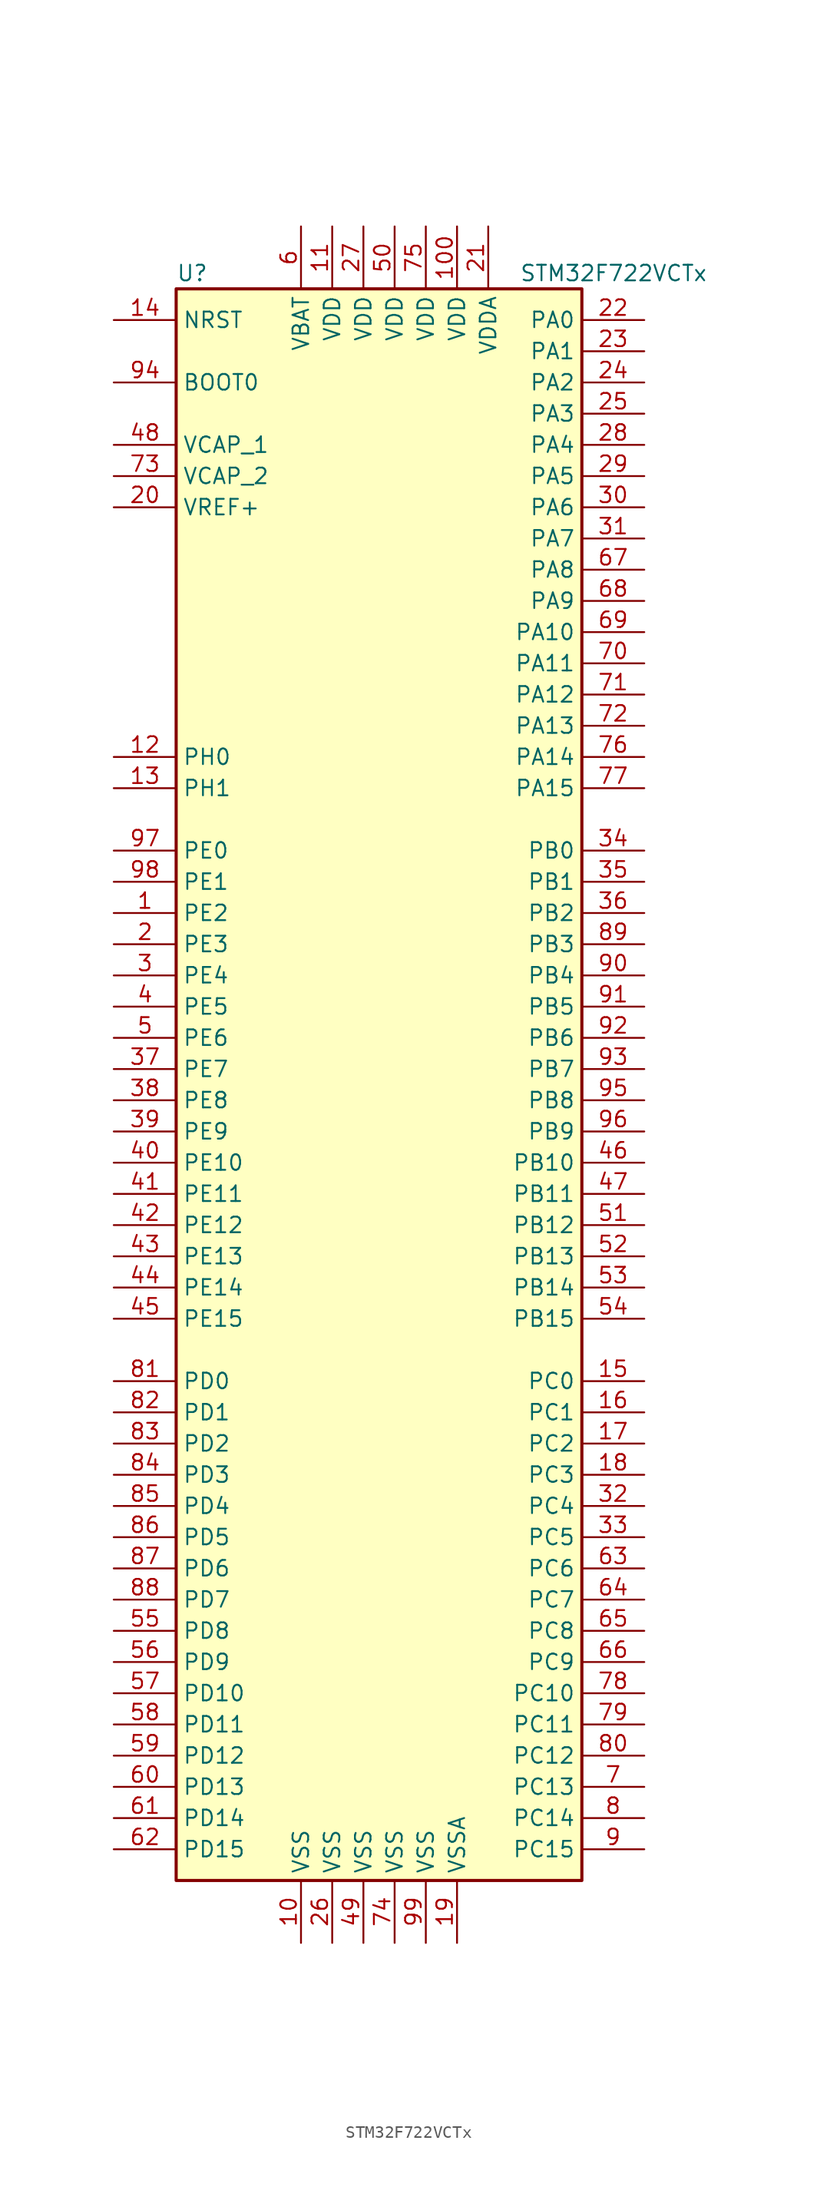
<source format=kicad_sym>
(kicad_symbol_lib
  (version 20211014)
  (generator kicad_symbol_editor)
  (symbol "STM32F722VCTx"
    (property "Reference" "U"
      (at -17.78 64.77 0)
      (effects (font (size 1.27 1.27)) (justify left)))
    (property "Value" "STM32F722VCTx"
      (at 10.16 64.77 0)
      (effects (font (size 1.27 1.27)) (justify left)))
    (symbol "STM32F722VCTx_0_1"
      (rectangle (start -17.78 -66.04) (end 15.24 63.5) (stroke (width 0.254) (type default) (color 0 0 0 0)) (fill (type background))))
    (symbol "STM32F722VCTx_1_1"
      (pin bidirectional line (at -22.86 12.7 0) (length 5.08) (name "PE2" (effects (font (size 1.27 1.27)))) (number "1" (effects (font (size 1.27 1.27)))))
      (pin power_in line (at -7.62 -71.12 90) (length 5.08) (name "VSS" (effects (font (size 1.27 1.27)))) (number "10" (effects (font (size 1.27 1.27)))))
      (pin power_in line (at 5.08 68.58 270) (length 5.08) (name "VDD" (effects (font (size 1.27 1.27)))) (number "100" (effects (font (size 1.27 1.27)))))
      (pin power_in line (at -5.08 68.58 270) (length 5.08) (name "VDD" (effects (font (size 1.27 1.27)))) (number "11" (effects (font (size 1.27 1.27)))))
      (pin input line (at -22.86 25.4 0) (length 5.08) (name "PH0" (effects (font (size 1.27 1.27)))) (number "12" (effects (font (size 1.27 1.27)))))
      (pin input line (at -22.86 22.86 0) (length 5.08) (name "PH1" (effects (font (size 1.27 1.27)))) (number "13" (effects (font (size 1.27 1.27)))))
      (pin input line (at -22.86 60.96 0) (length 5.08) (name "NRST" (effects (font (size 1.27 1.27)))) (number "14" (effects (font (size 1.27 1.27)))))
      (pin bidirectional line (at 20.32 -25.4 180) (length 5.08) (name "PC0" (effects (font (size 1.27 1.27)))) (number "15" (effects (font (size 1.27 1.27)))))
      (pin bidirectional line (at 20.32 -27.94 180) (length 5.08) (name "PC1" (effects (font (size 1.27 1.27)))) (number "16" (effects (font (size 1.27 1.27)))))
      (pin bidirectional line (at 20.32 -30.48 180) (length 5.08) (name "PC2" (effects (font (size 1.27 1.27)))) (number "17" (effects (font (size 1.27 1.27)))))
      (pin bidirectional line (at 20.32 -33.02 180) (length 5.08) (name "PC3" (effects (font (size 1.27 1.27)))) (number "18" (effects (font (size 1.27 1.27)))))
      (pin power_in line (at 5.08 -71.12 90) (length 5.08) (name "VSSA" (effects (font (size 1.27 1.27)))) (number "19" (effects (font (size 1.27 1.27)))))
      (pin bidirectional line (at -22.86 10.16 0) (length 5.08) (name "PE3" (effects (font (size 1.27 1.27)))) (number "2" (effects (font (size 1.27 1.27)))))
      (pin power_in line (at -22.86 45.72 0) (length 5.08) (name "VREF+" (effects (font (size 1.27 1.27)))) (number "20" (effects (font (size 1.27 1.27)))))
      (pin power_in line (at 7.62 68.58 270) (length 5.08) (name "VDDA" (effects (font (size 1.27 1.27)))) (number "21" (effects (font (size 1.27 1.27)))))
      (pin bidirectional line (at 20.32 60.96 180) (length 5.08) (name "PA0" (effects (font (size 1.27 1.27)))) (number "22" (effects (font (size 1.27 1.27)))))
      (pin bidirectional line (at 20.32 58.42 180) (length 5.08) (name "PA1" (effects (font (size 1.27 1.27)))) (number "23" (effects (font (size 1.27 1.27)))))
      (pin bidirectional line (at 20.32 55.88 180) (length 5.08) (name "PA2" (effects (font (size 1.27 1.27)))) (number "24" (effects (font (size 1.27 1.27)))))
      (pin bidirectional line (at 20.32 53.34 180) (length 5.08) (name "PA3" (effects (font (size 1.27 1.27)))) (number "25" (effects (font (size 1.27 1.27)))))
      (pin power_in line (at -5.08 -71.12 90) (length 5.08) (name "VSS" (effects (font (size 1.27 1.27)))) (number "26" (effects (font (size 1.27 1.27)))))
      (pin power_in line (at -2.54 68.58 270) (length 5.08) (name "VDD" (effects (font (size 1.27 1.27)))) (number "27" (effects (font (size 1.27 1.27)))))
      (pin bidirectional line (at 20.32 50.8 180) (length 5.08) (name "PA4" (effects (font (size 1.27 1.27)))) (number "28" (effects (font (size 1.27 1.27)))))
      (pin bidirectional line (at 20.32 48.26 180) (length 5.08) (name "PA5" (effects (font (size 1.27 1.27)))) (number "29" (effects (font (size 1.27 1.27)))))
      (pin bidirectional line (at -22.86 7.62 0) (length 5.08) (name "PE4" (effects (font (size 1.27 1.27)))) (number "3" (effects (font (size 1.27 1.27)))))
      (pin bidirectional line (at 20.32 45.72 180) (length 5.08) (name "PA6" (effects (font (size 1.27 1.27)))) (number "30" (effects (font (size 1.27 1.27)))))
      (pin bidirectional line (at 20.32 43.18 180) (length 5.08) (name "PA7" (effects (font (size 1.27 1.27)))) (number "31" (effects (font (size 1.27 1.27)))))
      (pin bidirectional line (at 20.32 -35.56 180) (length 5.08) (name "PC4" (effects (font (size 1.27 1.27)))) (number "32" (effects (font (size 1.27 1.27)))))
      (pin bidirectional line (at 20.32 -38.1 180) (length 5.08) (name "PC5" (effects (font (size 1.27 1.27)))) (number "33" (effects (font (size 1.27 1.27)))))
      (pin bidirectional line (at 20.32 17.78 180) (length 5.08) (name "PB0" (effects (font (size 1.27 1.27)))) (number "34" (effects (font (size 1.27 1.27)))))
      (pin bidirectional line (at 20.32 15.24 180) (length 5.08) (name "PB1" (effects (font (size 1.27 1.27)))) (number "35" (effects (font (size 1.27 1.27)))))
      (pin bidirectional line (at 20.32 12.7 180) (length 5.08) (name "PB2" (effects (font (size 1.27 1.27)))) (number "36" (effects (font (size 1.27 1.27)))))
      (pin bidirectional line (at -22.86 0 0) (length 5.08) (name "PE7" (effects (font (size 1.27 1.27)))) (number "37" (effects (font (size 1.27 1.27)))))
      (pin bidirectional line (at -22.86 -2.54 0) (length 5.08) (name "PE8" (effects (font (size 1.27 1.27)))) (number "38" (effects (font (size 1.27 1.27)))))
      (pin bidirectional line (at -22.86 -5.08 0) (length 5.08) (name "PE9" (effects (font (size 1.27 1.27)))) (number "39" (effects (font (size 1.27 1.27)))))
      (pin bidirectional line (at -22.86 5.08 0) (length 5.08) (name "PE5" (effects (font (size 1.27 1.27)))) (number "4" (effects (font (size 1.27 1.27)))))
      (pin bidirectional line (at -22.86 -7.62 0) (length 5.08) (name "PE10" (effects (font (size 1.27 1.27)))) (number "40" (effects (font (size 1.27 1.27)))))
      (pin bidirectional line (at -22.86 -10.16 0) (length 5.08) (name "PE11" (effects (font (size 1.27 1.27)))) (number "41" (effects (font (size 1.27 1.27)))))
      (pin bidirectional line (at -22.86 -12.7 0) (length 5.08) (name "PE12" (effects (font (size 1.27 1.27)))) (number "42" (effects (font (size 1.27 1.27)))))
      (pin bidirectional line (at -22.86 -15.24 0) (length 5.08) (name "PE13" (effects (font (size 1.27 1.27)))) (number "43" (effects (font (size 1.27 1.27)))))
      (pin bidirectional line (at -22.86 -17.78 0) (length 5.08) (name "PE14" (effects (font (size 1.27 1.27)))) (number "44" (effects (font (size 1.27 1.27)))))
      (pin bidirectional line (at -22.86 -20.32 0) (length 5.08) (name "PE15" (effects (font (size 1.27 1.27)))) (number "45" (effects (font (size 1.27 1.27)))))
      (pin bidirectional line (at 20.32 -7.62 180) (length 5.08) (name "PB10" (effects (font (size 1.27 1.27)))) (number "46" (effects (font (size 1.27 1.27)))))
      (pin bidirectional line (at 20.32 -10.16 180) (length 5.08) (name "PB11" (effects (font (size 1.27 1.27)))) (number "47" (effects (font (size 1.27 1.27)))))
      (pin power_in line (at -22.86 50.8 0) (length 5.08) (name "VCAP_1" (effects (font (size 1.27 1.27)))) (number "48" (effects (font (size 1.27 1.27)))))
      (pin power_in line (at -2.54 -71.12 90) (length 5.08) (name "VSS" (effects (font (size 1.27 1.27)))) (number "49" (effects (font (size 1.27 1.27)))))
      (pin bidirectional line (at -22.86 2.54 0) (length 5.08) (name "PE6" (effects (font (size 1.27 1.27)))) (number "5" (effects (font (size 1.27 1.27)))))
      (pin power_in line (at 0 68.58 270) (length 5.08) (name "VDD" (effects (font (size 1.27 1.27)))) (number "50" (effects (font (size 1.27 1.27)))))
      (pin bidirectional line (at 20.32 -12.7 180) (length 5.08) (name "PB12" (effects (font (size 1.27 1.27)))) (number "51" (effects (font (size 1.27 1.27)))))
      (pin bidirectional line (at 20.32 -15.24 180) (length 5.08) (name "PB13" (effects (font (size 1.27 1.27)))) (number "52" (effects (font (size 1.27 1.27)))))
      (pin bidirectional line (at 20.32 -17.78 180) (length 5.08) (name "PB14" (effects (font (size 1.27 1.27)))) (number "53" (effects (font (size 1.27 1.27)))))
      (pin bidirectional line (at 20.32 -20.32 180) (length 5.08) (name "PB15" (effects (font (size 1.27 1.27)))) (number "54" (effects (font (size 1.27 1.27)))))
      (pin bidirectional line (at -22.86 -45.72 0) (length 5.08) (name "PD8" (effects (font (size 1.27 1.27)))) (number "55" (effects (font (size 1.27 1.27)))))
      (pin bidirectional line (at -22.86 -48.26 0) (length 5.08) (name "PD9" (effects (font (size 1.27 1.27)))) (number "56" (effects (font (size 1.27 1.27)))))
      (pin bidirectional line (at -22.86 -50.8 0) (length 5.08) (name "PD10" (effects (font (size 1.27 1.27)))) (number "57" (effects (font (size 1.27 1.27)))))
      (pin bidirectional line (at -22.86 -53.34 0) (length 5.08) (name "PD11" (effects (font (size 1.27 1.27)))) (number "58" (effects (font (size 1.27 1.27)))))
      (pin bidirectional line (at -22.86 -55.88 0) (length 5.08) (name "PD12" (effects (font (size 1.27 1.27)))) (number "59" (effects (font (size 1.27 1.27)))))
      (pin power_in line (at -7.62 68.58 270) (length 5.08) (name "VBAT" (effects (font (size 1.27 1.27)))) (number "6" (effects (font (size 1.27 1.27)))))
      (pin bidirectional line (at -22.86 -58.42 0) (length 5.08) (name "PD13" (effects (font (size 1.27 1.27)))) (number "60" (effects (font (size 1.27 1.27)))))
      (pin bidirectional line (at -22.86 -60.96 0) (length 5.08) (name "PD14" (effects (font (size 1.27 1.27)))) (number "61" (effects (font (size 1.27 1.27)))))
      (pin bidirectional line (at -22.86 -63.5 0) (length 5.08) (name "PD15" (effects (font (size 1.27 1.27)))) (number "62" (effects (font (size 1.27 1.27)))))
      (pin bidirectional line (at 20.32 -40.64 180) (length 5.08) (name "PC6" (effects (font (size 1.27 1.27)))) (number "63" (effects (font (size 1.27 1.27)))))
      (pin bidirectional line (at 20.32 -43.18 180) (length 5.08) (name "PC7" (effects (font (size 1.27 1.27)))) (number "64" (effects (font (size 1.27 1.27)))))
      (pin bidirectional line (at 20.32 -45.72 180) (length 5.08) (name "PC8" (effects (font (size 1.27 1.27)))) (number "65" (effects (font (size 1.27 1.27)))))
      (pin bidirectional line (at 20.32 -48.26 180) (length 5.08) (name "PC9" (effects (font (size 1.27 1.27)))) (number "66" (effects (font (size 1.27 1.27)))))
      (pin bidirectional line (at 20.32 40.64 180) (length 5.08) (name "PA8" (effects (font (size 1.27 1.27)))) (number "67" (effects (font (size 1.27 1.27)))))
      (pin bidirectional line (at 20.32 38.1 180) (length 5.08) (name "PA9" (effects (font (size 1.27 1.27)))) (number "68" (effects (font (size 1.27 1.27)))))
      (pin bidirectional line (at 20.32 35.56 180) (length 5.08) (name "PA10" (effects (font (size 1.27 1.27)))) (number "69" (effects (font (size 1.27 1.27)))))
      (pin bidirectional line (at 20.32 -58.42 180) (length 5.08) (name "PC13" (effects (font (size 1.27 1.27)))) (number "7" (effects (font (size 1.27 1.27)))))
      (pin bidirectional line (at 20.32 33.02 180) (length 5.08) (name "PA11" (effects (font (size 1.27 1.27)))) (number "70" (effects (font (size 1.27 1.27)))))
      (pin bidirectional line (at 20.32 30.48 180) (length 5.08) (name "PA12" (effects (font (size 1.27 1.27)))) (number "71" (effects (font (size 1.27 1.27)))))
      (pin bidirectional line (at 20.32 27.94 180) (length 5.08) (name "PA13" (effects (font (size 1.27 1.27)))) (number "72" (effects (font (size 1.27 1.27)))))
      (pin power_in line (at -22.86 48.26 0) (length 5.08) (name "VCAP_2" (effects (font (size 1.27 1.27)))) (number "73" (effects (font (size 1.27 1.27)))))
      (pin power_in line (at 0 -71.12 90) (length 5.08) (name "VSS" (effects (font (size 1.27 1.27)))) (number "74" (effects (font (size 1.27 1.27)))))
      (pin power_in line (at 2.54 68.58 270) (length 5.08) (name "VDD" (effects (font (size 1.27 1.27)))) (number "75" (effects (font (size 1.27 1.27)))))
      (pin bidirectional line (at 20.32 25.4 180) (length 5.08) (name "PA14" (effects (font (size 1.27 1.27)))) (number "76" (effects (font (size 1.27 1.27)))))
      (pin bidirectional line (at 20.32 22.86 180) (length 5.08) (name "PA15" (effects (font (size 1.27 1.27)))) (number "77" (effects (font (size 1.27 1.27)))))
      (pin bidirectional line (at 20.32 -50.8 180) (length 5.08) (name "PC10" (effects (font (size 1.27 1.27)))) (number "78" (effects (font (size 1.27 1.27)))))
      (pin bidirectional line (at 20.32 -53.34 180) (length 5.08) (name "PC11" (effects (font (size 1.27 1.27)))) (number "79" (effects (font (size 1.27 1.27)))))
      (pin bidirectional line (at 20.32 -60.96 180) (length 5.08) (name "PC14" (effects (font (size 1.27 1.27)))) (number "8" (effects (font (size 1.27 1.27)))))
      (pin bidirectional line (at 20.32 -55.88 180) (length 5.08) (name "PC12" (effects (font (size 1.27 1.27)))) (number "80" (effects (font (size 1.27 1.27)))))
      (pin bidirectional line (at -22.86 -25.4 0) (length 5.08) (name "PD0" (effects (font (size 1.27 1.27)))) (number "81" (effects (font (size 1.27 1.27)))))
      (pin bidirectional line (at -22.86 -27.94 0) (length 5.08) (name "PD1" (effects (font (size 1.27 1.27)))) (number "82" (effects (font (size 1.27 1.27)))))
      (pin bidirectional line (at -22.86 -30.48 0) (length 5.08) (name "PD2" (effects (font (size 1.27 1.27)))) (number "83" (effects (font (size 1.27 1.27)))))
      (pin bidirectional line (at -22.86 -33.02 0) (length 5.08) (name "PD3" (effects (font (size 1.27 1.27)))) (number "84" (effects (font (size 1.27 1.27)))))
      (pin bidirectional line (at -22.86 -35.56 0) (length 5.08) (name "PD4" (effects (font (size 1.27 1.27)))) (number "85" (effects (font (size 1.27 1.27)))))
      (pin bidirectional line (at -22.86 -38.1 0) (length 5.08) (name "PD5" (effects (font (size 1.27 1.27)))) (number "86" (effects (font (size 1.27 1.27)))))
      (pin bidirectional line (at -22.86 -40.64 0) (length 5.08) (name "PD6" (effects (font (size 1.27 1.27)))) (number "87" (effects (font (size 1.27 1.27)))))
      (pin bidirectional line (at -22.86 -43.18 0) (length 5.08) (name "PD7" (effects (font (size 1.27 1.27)))) (number "88" (effects (font (size 1.27 1.27)))))
      (pin bidirectional line (at 20.32 10.16 180) (length 5.08) (name "PB3" (effects (font (size 1.27 1.27)))) (number "89" (effects (font (size 1.27 1.27)))))
      (pin bidirectional line (at 20.32 -63.5 180) (length 5.08) (name "PC15" (effects (font (size 1.27 1.27)))) (number "9" (effects (font (size 1.27 1.27)))))
      (pin bidirectional line (at 20.32 7.62 180) (length 5.08) (name "PB4" (effects (font (size 1.27 1.27)))) (number "90" (effects (font (size 1.27 1.27)))))
      (pin bidirectional line (at 20.32 5.08 180) (length 5.08) (name "PB5" (effects (font (size 1.27 1.27)))) (number "91" (effects (font (size 1.27 1.27)))))
      (pin bidirectional line (at 20.32 2.54 180) (length 5.08) (name "PB6" (effects (font (size 1.27 1.27)))) (number "92" (effects (font (size 1.27 1.27)))))
      (pin bidirectional line (at 20.32 0 180) (length 5.08) (name "PB7" (effects (font (size 1.27 1.27)))) (number "93" (effects (font (size 1.27 1.27)))))
      (pin input line (at -22.86 55.88 0) (length 5.08) (name "BOOT0" (effects (font (size 1.27 1.27)))) (number "94" (effects (font (size 1.27 1.27)))))
      (pin bidirectional line (at 20.32 -2.54 180) (length 5.08) (name "PB8" (effects (font (size 1.27 1.27)))) (number "95" (effects (font (size 1.27 1.27)))))
      (pin bidirectional line (at 20.32 -5.08 180) (length 5.08) (name "PB9" (effects (font (size 1.27 1.27)))) (number "96" (effects (font (size 1.27 1.27)))))
      (pin bidirectional line (at -22.86 17.78 0) (length 5.08) (name "PE0" (effects (font (size 1.27 1.27)))) (number "97" (effects (font (size 1.27 1.27)))))
      (pin bidirectional line (at -22.86 15.24 0) (length 5.08) (name "PE1" (effects (font (size 1.27 1.27)))) (number "98" (effects (font (size 1.27 1.27)))))
      (pin power_in line (at 2.54 -71.12 90) (length 5.08) (name "VSS" (effects (font (size 1.27 1.27)))) (number "99" (effects (font (size 1.27 1.27))))))))
</source>
